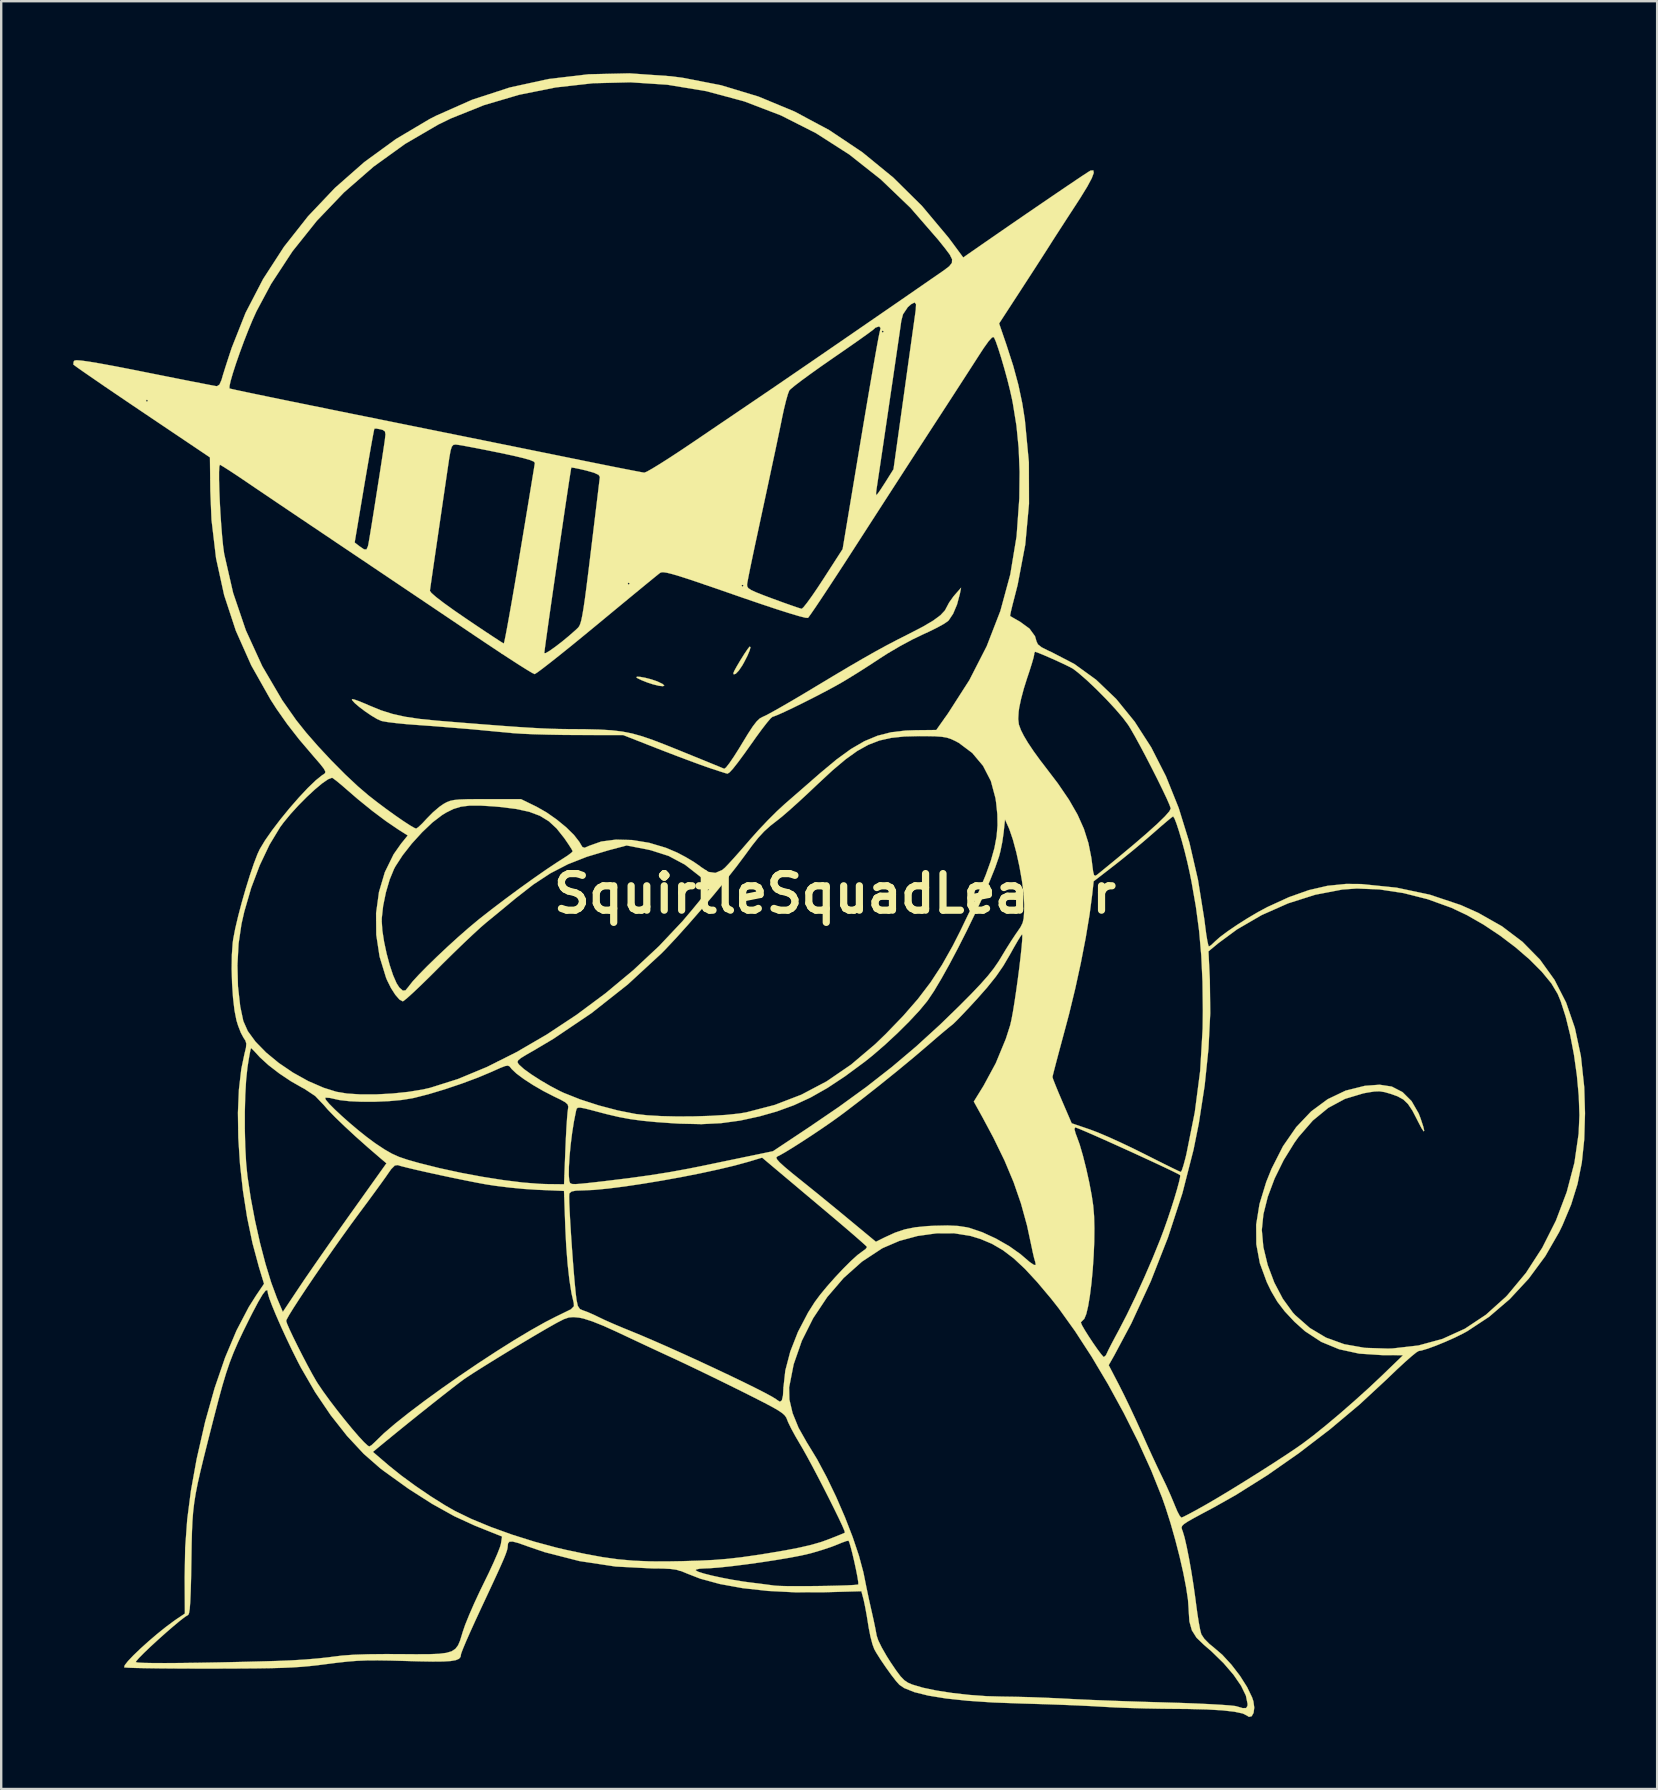
<source format=kicad_pcb>
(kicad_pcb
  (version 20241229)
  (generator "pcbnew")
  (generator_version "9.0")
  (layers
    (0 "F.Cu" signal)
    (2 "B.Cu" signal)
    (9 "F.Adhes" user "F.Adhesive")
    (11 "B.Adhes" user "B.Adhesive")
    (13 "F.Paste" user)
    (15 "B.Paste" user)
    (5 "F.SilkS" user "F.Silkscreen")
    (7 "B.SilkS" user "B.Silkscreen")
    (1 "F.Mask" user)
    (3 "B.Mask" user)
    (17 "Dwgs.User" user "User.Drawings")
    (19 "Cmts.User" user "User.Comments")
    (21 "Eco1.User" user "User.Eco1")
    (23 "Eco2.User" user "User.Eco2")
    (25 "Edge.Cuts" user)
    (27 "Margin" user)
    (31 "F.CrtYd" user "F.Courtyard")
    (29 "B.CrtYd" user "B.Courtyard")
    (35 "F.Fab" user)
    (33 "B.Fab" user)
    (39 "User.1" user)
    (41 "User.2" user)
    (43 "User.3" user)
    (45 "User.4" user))
  (footprint "SquirtleSquadLeader"
    (layer "F.Cu")
    (at 31.73 34.173)
    (property "Reference" "SquirtleSquadLeader" (at 0 0 0) (layer "F.SilkS") (effects (font (size 1.524 1.524) (thickness 0.3))))
    (attr through_hole)
    (fp_poly (pts (xy -8.112 -9.028) (xy -7.899 -8.989) (xy -7.655 -8.926) (xy -7.424 -8.848) (xy -7.387 -8.833) (xy -7.175 -8.73) (xy -7.109 -8.665) (xy -7.168 -8.64) (xy -7.333 -8.657) (xy -7.584 -8.719) (xy -7.805 -8.791) (xy -8.049 -8.887) (xy -8.225 -8.972) (xy -8.27 -9.003) (xy -8.25 -9.036) (xy -8.112 -9.028)) (stroke (width 0.01) (type solid)) (fill yes) (layer "F.SilkS"))
    (fp_poly (pts (xy -3.518 -10.267) (xy -3.553 -10.13) (xy -3.647 -9.907) (xy -3.79 -9.629) (xy -3.861 -9.504) (xy -4.006 -9.29) (xy -4.133 -9.158) (xy -4.216 -9.132) (xy -4.233 -9.182) (xy -4.191 -9.283) (xy -4.083 -9.479) (xy -3.938 -9.723) (xy -3.784 -9.969) (xy -3.649 -10.17) (xy -3.563 -10.281) (xy -3.554 -10.288) (xy -3.518 -10.267)) (stroke (width 0.01) (type solid)) (fill yes) (layer "F.SilkS"))
    (fp_poly (pts (xy 5.203 -12.488) (xy 5.084 -12.042) (xy 4.921 -11.657) (xy 4.738 -11.384) (xy 4.71 -11.356) (xy 4.553 -11.246) (xy 4.281 -11.094) (xy 3.935 -10.922) (xy 3.646 -10.789) (xy 3.208 -10.578) (xy 2.703 -10.305) (xy 2.204 -10.012) (xy 1.876 -9.802) (xy 1.445 -9.519) (xy 0.98 -9.222) (xy 0.541 -8.951) (xy 0.254 -8.78) (xy -0.075 -8.596) (xy -0.468 -8.386) (xy -0.896 -8.164) (xy -1.332 -7.944) (xy -1.745 -7.741) (xy -2.108 -7.569) (xy -2.391 -7.442) (xy -2.567 -7.374) (xy -2.602 -7.366) (xy -2.68 -7.3) (xy -2.834 -7.119) (xy -3.044 -6.848) (xy -3.29 -6.512) (xy -3.389 -6.371) (xy -3.756 -5.855) (xy -4.039 -5.47) (xy -4.247 -5.206) (xy -4.389 -5.052) (xy -4.474 -4.997) (xy -4.481 -4.997) (xy -4.578 -5.023) (xy -4.796 -5.092) (xy -5.096 -5.191) (xy -5.258 -5.245) (xy -5.588 -5.362) (xy -6.03 -5.524) (xy -6.539 -5.715) (xy -7.071 -5.919) (xy -7.404 -6.048) (xy -8.821 -6.604) (xy -10.739 -6.606) (xy -11.352 -6.611) (xy -11.963 -6.622) (xy -12.532 -6.638) (xy -13.02 -6.659) (xy -13.389 -6.683) (xy -13.462 -6.689) (xy -15.132 -6.847) (xy -16.674 -6.973) (xy -17.399 -7.025) (xy -17.859 -7.06) (xy -18.285 -7.103) (xy -18.635 -7.146) (xy -18.866 -7.187) (xy -18.897 -7.195) (xy -19.076 -7.275) (xy -19.312 -7.416) (xy -19.569 -7.59) (xy -19.812 -7.773) (xy -20.005 -7.938) (xy -20.113 -8.059) (xy -20.12 -8.102) (xy -20.03 -8.088) (xy -19.824 -8.016) (xy -19.539 -7.898) (xy -19.396 -7.835) (xy -18.914 -7.637) (xy -18.428 -7.484) (xy -17.898 -7.366) (xy -17.283 -7.275) (xy -16.541 -7.201) (xy -16.51 -7.199) (xy -15.486 -7.115) (xy -14.611 -7.046) (xy -13.87 -6.989) (xy -13.242 -6.944) (xy -12.709 -6.91) (xy -12.255 -6.885) (xy -11.859 -6.868) (xy -11.505 -6.858) (xy -11.173 -6.853) (xy -11.134 -6.853) (xy -10.401 -6.848) (xy -9.802 -6.833) (xy -9.301 -6.803) (xy -8.864 -6.751) (xy -8.454 -6.671) (xy -8.036 -6.554) (xy -7.576 -6.395) (xy -7.036 -6.187) (xy -6.519 -5.979) (xy -5.997 -5.767) (xy -5.526 -5.575) (xy -5.129 -5.413) (xy -4.829 -5.29) (xy -4.65 -5.216) (xy -4.61 -5.2) (xy -4.538 -5.254) (xy -4.399 -5.431) (xy -4.211 -5.706) (xy -3.991 -6.053) (xy -3.891 -6.219) (xy -3.625 -6.656) (xy -3.422 -6.966) (xy -3.263 -7.172) (xy -3.132 -7.297) (xy -3.009 -7.363) (xy -3 -7.366) (xy -2.857 -7.433) (xy -2.593 -7.576) (xy -2.23 -7.781) (xy -1.793 -8.034) (xy -1.304 -8.323) (xy -0.926 -8.55) (xy -0.12 -9.035) (xy 0.568 -9.444) (xy 1.161 -9.789) (xy 1.685 -10.086) (xy 2.163 -10.347) (xy 2.622 -10.587) (xy 3.084 -10.82) (xy 3.09 -10.823) (xy 3.667 -11.122) (xy 4.098 -11.377) (xy 4.397 -11.599) (xy 4.581 -11.798) (xy 4.643 -11.915) (xy 4.756 -12.126) (xy 4.93 -12.371) (xy 4.993 -12.446) (xy 5.253 -12.742) (xy 5.203 -12.488)) (stroke (width 0.01) (type solid)) (fill yes) (layer "F.SilkS"))
    (fp_poly (pts (xy -6.831 -34.046) (xy -6.35 -33.984) (xy -4.745 -33.672) (xy -3.185 -33.2) (xy -1.678 -32.574) (xy -0.234 -31.8) (xy 1.137 -30.883) (xy 2.427 -29.828) (xy 3.626 -28.642) (xy 4.725 -27.33) (xy 4.882 -27.121) (xy 5.342 -26.498) (xy 6.121 -27.039) (xy 6.74 -27.468) (xy 7.365 -27.899) (xy 7.981 -28.322) (xy 8.57 -28.725) (xy 9.117 -29.098) (xy 9.605 -29.429) (xy 10.018 -29.708) (xy 10.34 -29.923) (xy 10.555 -30.063) (xy 10.646 -30.118) (xy 10.762 -30.126) (xy 10.779 -30.021) (xy 10.696 -29.798) (xy 10.511 -29.453) (xy 10.222 -28.982) (xy 10.056 -28.725) (xy 9.767 -28.282) (xy 9.486 -27.848) (xy 9.235 -27.46) (xy 9.039 -27.155) (xy 8.963 -27.034) (xy 8.817 -26.805) (xy 8.6 -26.467) (xy 8.333 -26.052) (xy 8.036 -25.594) (xy 7.746 -25.147) (xy 6.837 -23.75) (xy 7.142 -22.861) (xy 7.425 -21.984) (xy 7.639 -21.192) (xy 7.802 -20.421) (xy 7.909 -19.741) (xy 8.077 -17.967) (xy 8.082 -16.236) (xy 7.926 -14.536) (xy 7.608 -12.859) (xy 7.484 -12.373) (xy 7.396 -12.034) (xy 7.331 -11.763) (xy 7.298 -11.597) (xy 7.297 -11.563) (xy 7.379 -11.514) (xy 7.562 -11.409) (xy 7.714 -11.322) (xy 8.103 -11.038) (xy 8.332 -10.723) (xy 8.395 -10.506) (xy 8.454 -10.382) (xy 8.608 -10.26) (xy 8.887 -10.119) (xy 8.998 -10.071) (xy 9.97 -9.566) (xy 10.876 -8.91) (xy 11.715 -8.108) (xy 12.481 -7.166) (xy 13.173 -6.092) (xy 13.786 -4.889) (xy 14.318 -3.566) (xy 14.763 -2.128) (xy 15.12 -0.58) (xy 15.385 1.07) (xy 15.418 1.333) (xy 15.465 1.693) (xy 15.513 1.98) (xy 15.554 2.159) (xy 15.577 2.201) (xy 15.668 2.146) (xy 15.814 2.009) (xy 15.832 1.991) (xy 16.04 1.806) (xy 16.36 1.568) (xy 16.755 1.299) (xy 17.187 1.025) (xy 17.619 0.77) (xy 18.01 0.56) (xy 18.912 0.147) (xy 19.736 -0.145) (xy 20.518 -0.326) (xy 21.292 -0.404) (xy 21.92 -0.399) (xy 23.394 -0.248) (xy 24.775 0.044) (xy 26.069 0.477) (xy 26.797 0.802) (xy 27.782 1.36) (xy 28.637 2.007) (xy 29.366 2.749) (xy 29.971 3.591) (xy 30.455 4.538) (xy 30.82 5.595) (xy 31.071 6.769) (xy 31.21 8.064) (xy 31.242 9.149) (xy 31.21 10.235) (xy 31.109 11.204) (xy 30.93 12.097) (xy 30.663 12.956) (xy 30.3 13.821) (xy 30.166 14.097) (xy 29.588 15.101) (xy 28.894 16.041) (xy 28.106 16.891) (xy 27.247 17.627) (xy 26.342 18.224) (xy 26.162 18.323) (xy 25.812 18.496) (xy 25.423 18.669) (xy 25.037 18.827) (xy 24.694 18.953) (xy 24.433 19.031) (xy 24.318 19.05) (xy 24.22 19.107) (xy 24.023 19.266) (xy 23.748 19.508) (xy 23.415 19.816) (xy 23.044 20.171) (xy 22.995 20.219) (xy 21.855 21.276) (xy 20.618 22.315) (xy 19.321 23.309) (xy 18.002 24.23) (xy 16.698 25.049) (xy 15.79 25.561) (xy 15.3 25.822) (xy 14.941 26.016) (xy 14.693 26.157) (xy 14.539 26.26) (xy 14.46 26.338) (xy 14.437 26.406) (xy 14.452 26.478) (xy 14.485 26.562) (xy 14.561 26.816) (xy 14.65 27.204) (xy 14.747 27.691) (xy 14.845 28.244) (xy 14.937 28.827) (xy 15.018 29.406) (xy 15.035 29.542) (xy 15.093 29.972) (xy 15.154 30.361) (xy 15.212 30.667) (xy 15.259 30.848) (xy 15.26 30.851) (xy 15.381 31.035) (xy 15.592 31.25) (xy 15.76 31.386) (xy 16.133 31.705) (xy 16.514 32.119) (xy 16.87 32.582) (xy 17.168 33.052) (xy 17.376 33.484) (xy 17.43 33.646) (xy 17.465 33.907) (xy 17.436 34.126) (xy 17.357 34.266) (xy 17.243 34.292) (xy 17.168 34.242) (xy 16.985 34.151) (xy 16.639 34.077) (xy 16.135 34.02) (xy 15.478 33.982) (xy 14.673 33.962) (xy 14.266 33.959) (xy 13.621 33.953) (xy 12.94 33.941) (xy 12.274 33.922) (xy 11.673 33.899) (xy 11.19 33.873) (xy 11.176 33.872) (xy 10.729 33.846) (xy 10.156 33.818) (xy 9.5 33.791) (xy 8.804 33.766) (xy 8.111 33.745) (xy 7.789 33.736) (xy 6.583 33.692) (xy 5.529 33.621) (xy 4.629 33.526) (xy 3.886 33.405) (xy 3.303 33.26) (xy 2.883 33.091) (xy 2.685 32.956) (xy 2.543 32.798) (xy 2.344 32.54) (xy 2.119 32.227) (xy 1.899 31.903) (xy 1.717 31.614) (xy 1.637 31.471) (xy 1.56 31.262) (xy 1.477 30.943) (xy 1.404 30.573) (xy 1.385 30.452) (xy 1.323 30.069) (xy 1.257 29.71) (xy 1.2 29.437) (xy 1.186 29.381) (xy 1.099 29.058) (xy -0.445 29.101) (xy -1.651 29.104) (xy -2.791 29.046) (xy -3.845 28.93) (xy -4.793 28.758) (xy -5.615 28.534) (xy -6.162 28.321) (xy -6.387 28.227) (xy -6.524 28.187) (xy -5.804 28.187) (xy -5.696 28.247) (xy -5.453 28.324) (xy -5.109 28.411) (xy -4.696 28.5) (xy -4.249 28.585) (xy -3.799 28.658) (xy -3.514 28.696) (xy -3.146 28.741) (xy -2.822 28.783) (xy -2.592 28.814) (xy -2.54 28.822) (xy -2.372 28.835) (xy -2.08 28.844) (xy -1.697 28.847) (xy -1.253 28.847) (xy -0.779 28.843) (xy -0.306 28.836) (xy 0.134 28.825) (xy 0.511 28.813) (xy 0.794 28.798) (xy 0.951 28.782) (xy 0.972 28.775) (xy 0.971 28.681) (xy 0.937 28.465) (xy 0.879 28.169) (xy 0.807 27.834) (xy 0.73 27.504) (xy 0.656 27.218) (xy 0.597 27.02) (xy 0.566 26.954) (xy 0.478 26.967) (xy 0.285 27.036) (xy 0.124 27.103) (xy -0.15 27.21) (xy -0.522 27.334) (xy -0.925 27.454) (xy -1.053 27.489) (xy -1.414 27.572) (xy -1.896 27.664) (xy -2.463 27.759) (xy -3.076 27.853) (xy -3.696 27.939) (xy -4.287 28.013) (xy -4.81 28.069) (xy -5.226 28.101) (xy -5.402 28.107) (xy -5.645 28.121) (xy -5.786 28.156) (xy -5.804 28.187) (xy -6.524 28.187) (xy -6.599 28.165) (xy -6.844 28.13) (xy -7.169 28.113) (xy -7.609 28.109) (xy -9.135 28.03) (xy -10.643 27.802) (xy -12.099 27.429) (xy -12.82 27.182) (xy -13.186 27.051) (xy -13.425 26.989) (xy -13.56 26.995) (xy -13.62 27.069) (xy -13.631 27.173) (xy -13.638 27.252) (xy -13.662 27.356) (xy -13.712 27.502) (xy -13.794 27.707) (xy -13.917 27.989) (xy -14.087 28.364) (xy -14.312 28.85) (xy -14.599 29.465) (xy -14.741 29.768) (xy -14.979 30.282) (xy -15.191 30.75) (xy -15.367 31.148) (xy -15.495 31.454) (xy -15.567 31.644) (xy -15.579 31.691) (xy -15.596 31.794) (xy -15.662 31.873) (xy -15.792 31.929) (xy -16.007 31.966) (xy -16.323 31.985) (xy -16.758 31.989) (xy -17.331 31.979) (xy -17.856 31.964) (xy -18.52 31.946) (xy -19.055 31.938) (xy -19.503 31.941) (xy -19.903 31.957) (xy -20.297 31.988) (xy -20.726 32.035) (xy -21.167 32.091) (xy -21.539 32.139) (xy -21.888 32.177) (xy -22.236 32.208) (xy -22.607 32.232) (xy -23.022 32.25) (xy -23.505 32.263) (xy -24.078 32.272) (xy -24.763 32.277) (xy -25.584 32.28) (xy -26.057 32.281) (xy -26.81 32.28) (xy -27.51 32.277) (xy -28.14 32.272) (xy -28.68 32.264) (xy -29.113 32.255) (xy -29.42 32.245) (xy -29.585 32.233) (xy -29.608 32.227) (xy -29.584 32.139) (xy -29.482 32.01) (xy -29.125 32.01) (xy -29.043 32.029) (xy -28.803 32.043) (xy -28.419 32.05) (xy -27.902 32.052) (xy -27.264 32.048) (xy -26.518 32.038) (xy -25.677 32.023) (xy -24.751 32.003) (xy -23.754 31.977) (xy -23.199 31.961) (xy -22.645 31.938) (xy -22.073 31.903) (xy -21.536 31.858) (xy -21.092 31.81) (xy -20.955 31.791) (xy -20.534 31.739) (xy -20.036 31.703) (xy -19.437 31.683) (xy -18.712 31.676) (xy -18.161 31.678) (xy -17.465 31.683) (xy -16.918 31.681) (xy -16.5 31.665) (xy -16.189 31.626) (xy -15.966 31.56) (xy -15.81 31.457) (xy -15.7 31.312) (xy -15.617 31.117) (xy -15.539 30.865) (xy -15.509 30.763) (xy -15.405 30.46) (xy -15.239 30.049) (xy -15.031 29.572) (xy -14.798 29.07) (xy -14.639 28.744) (xy -14.415 28.284) (xy -14.217 27.855) (xy -14.058 27.489) (xy -13.952 27.216) (xy -13.915 27.085) (xy -13.867 26.78) (xy -14.998 26.327) (xy -15.854 25.934) (xy -16.785 25.416) (xy -17.767 24.788) (xy -18.778 24.061) (xy -18.947 23.933) (xy -19.634 23.331) (xy -19.704 23.255) (xy -19.246 23.255) (xy -18.577 23.828) (xy -18.069 24.236) (xy -17.471 24.674) (xy -16.84 25.103) (xy -16.234 25.484) (xy -15.833 25.713) (xy -15.145 26.047) (xy -14.333 26.383) (xy -13.44 26.705) (xy -12.51 26.997) (xy -11.587 27.246) (xy -11.218 27.332) (xy -10.393 27.507) (xy -9.681 27.638) (xy -9.031 27.729) (xy -8.394 27.786) (xy -7.722 27.814) (xy -6.964 27.816) (xy -6.378 27.806) (xy -5.657 27.785) (xy -5.045 27.755) (xy -4.484 27.71) (xy -3.913 27.645) (xy -3.274 27.554) (xy -2.822 27.483) (xy -2.077 27.357) (xy -1.473 27.24) (xy -0.983 27.126) (xy -0.578 27.009) (xy -0.339 26.923) (xy -0.018 26.799) (xy 0.237 26.696) (xy 0.389 26.631) (xy 0.415 26.618) (xy 0.392 26.534) (xy 0.303 26.325) (xy 0.158 26.016) (xy -0.03 25.631) (xy -0.248 25.194) (xy -0.483 24.731) (xy -0.724 24.265) (xy -0.958 23.822) (xy -1.173 23.425) (xy -1.356 23.099) (xy -1.447 22.945) (xy -1.649 22.6) (xy -1.826 22.275) (xy -1.951 22.018) (xy -1.986 21.929) (xy -2.027 21.829) (xy -2.09 21.737) (xy -2.194 21.641) (xy -2.359 21.529) (xy -2.603 21.388) (xy -2.947 21.206) (xy -3.41 20.97) (xy -3.816 20.766) (xy -4.411 20.471) (xy -5.045 20.16) (xy -5.673 19.856) (xy -6.248 19.581) (xy -6.723 19.358) (xy -6.766 19.339) (xy -7.309 19.088) (xy -7.914 18.806) (xy -8.513 18.525) (xy -9.037 18.278) (xy -9.097 18.25) (xy -9.639 18.005) (xy -10.11 17.817) (xy -10.482 17.698) (xy -10.651 17.663) (xy -10.893 17.64) (xy -11.086 17.656) (xy -11.289 17.725) (xy -11.561 17.864) (xy -11.665 17.921) (xy -12.059 18.145) (xy -12.532 18.422) (xy -13.055 18.733) (xy -13.597 19.059) (xy -14.128 19.384) (xy -14.617 19.687) (xy -15.034 19.95) (xy -15.349 20.156) (xy -15.452 20.226) (xy -15.653 20.375) (xy -15.961 20.612) (xy -16.352 20.918) (xy -16.804 21.275) (xy -17.291 21.663) (xy -17.79 22.064) (xy -18.277 22.459) (xy -18.729 22.828) (xy -19.034 23.079) (xy -19.246 23.255) (xy -19.704 23.255) (xy -20.327 22.586) (xy -21.006 21.724) (xy -21.652 20.768) (xy -22.245 19.744) (xy -22.372 19.501) (xy -22.614 19.017) (xy -22.854 18.514) (xy -23.081 18.019) (xy -23.178 17.797) (xy -22.86 17.797) (xy -22.822 17.916) (xy -22.719 18.153) (xy -22.567 18.476) (xy -22.38 18.854) (xy -22.176 19.256) (xy -21.97 19.65) (xy -21.778 20.005) (xy -21.615 20.291) (xy -21.544 20.405) (xy -21.317 20.74) (xy -21.042 21.118) (xy -20.738 21.517) (xy -20.425 21.912) (xy -20.122 22.281) (xy -19.847 22.6) (xy -19.62 22.846) (xy -19.459 22.995) (xy -19.396 23.029) (xy -19.302 22.973) (xy -19.153 22.835) (xy -19.128 22.809) (xy -18.789 22.48) (xy -18.324 22.081) (xy -17.755 21.628) (xy -17.104 21.136) (xy -16.393 20.62) (xy -15.643 20.094) (xy -14.877 19.574) (xy -14.114 19.075) (xy -13.378 18.611) (xy -12.689 18.198) (xy -12.07 17.85) (xy -11.638 17.628) (xy -11.357 17.491) (xy -11.116 17.373) (xy -10.997 17.314) (xy -10.873 17.187) (xy -10.879 17.06) (xy -10.975 16.646) (xy -11.062 16.092) (xy -11.136 15.428) (xy -11.194 14.685) (xy -11.232 13.918) (xy -11.278 12.618) (xy -11.073 12.618) (xy -11.068 12.876) (xy -11.051 13.246) (xy -11.026 13.701) (xy -10.994 14.214) (xy -10.957 14.757) (xy -10.917 15.301) (xy -10.876 15.819) (xy -10.835 16.283) (xy -10.797 16.666) (xy -10.765 16.927) (xy -10.711 17.175) (xy -10.622 17.305) (xy -10.499 17.359) (xy -10.305 17.429) (xy -10.034 17.548) (xy -9.849 17.638) (xy -9.579 17.767) (xy -9.209 17.93) (xy -8.798 18.103) (xy -8.561 18.199) (xy -8.092 18.392) (xy -7.548 18.625) (xy -6.948 18.888) (xy -6.315 19.173) (xy -5.667 19.469) (xy -5.025 19.768) (xy -4.409 20.059) (xy -3.841 20.332) (xy -3.34 20.579) (xy -2.926 20.79) (xy -2.621 20.955) (xy -2.443 21.065) (xy -2.417 21.087) (xy -2.294 21.166) (xy -2.212 21.107) (xy -2.165 20.9) (xy -2.148 20.595) (xy -2.146 20.574) (xy -1.911 20.574) (xy -1.899 21.072) (xy -1.765 21.641) (xy -1.518 22.249) (xy -1.171 22.864) (xy -1.146 22.902) (xy -0.746 23.559) (xy -0.342 24.315) (xy 0.051 25.132) (xy 0.415 25.973) (xy 0.736 26.8) (xy 0.997 27.575) (xy 1.181 28.261) (xy 1.22 28.448) (xy 1.311 28.904) (xy 1.419 29.416) (xy 1.522 29.875) (xy 1.525 29.887) (xy 1.608 30.257) (xy 1.68 30.6) (xy 1.728 30.857) (xy 1.736 30.904) (xy 1.802 31.103) (xy 1.947 31.4) (xy 2.15 31.754) (xy 2.307 32.003) (xy 2.55 32.362) (xy 2.734 32.607) (xy 2.889 32.766) (xy 3.043 32.87) (xy 3.22 32.946) (xy 3.662 33.077) (xy 4.233 33.196) (xy 4.891 33.298) (xy 5.597 33.377) (xy 6.31 33.429) (xy 6.952 33.447) (xy 7.49 33.455) (xy 8.128 33.471) (xy 8.796 33.496) (xy 9.426 33.525) (xy 9.61 33.535) (xy 10.073 33.559) (xy 10.668 33.586) (xy 11.359 33.613) (xy 12.108 33.641) (xy 12.878 33.666) (xy 13.632 33.688) (xy 13.758 33.692) (xy 14.431 33.712) (xy 15.058 33.736) (xy 15.618 33.762) (xy 16.089 33.789) (xy 16.446 33.815) (xy 16.668 33.839) (xy 16.722 33.851) (xy 16.984 33.927) (xy 17.126 33.924) (xy 17.182 33.835) (xy 17.187 33.753) (xy 17.117 33.408) (xy 16.917 32.996) (xy 16.601 32.537) (xy 16.185 32.052) (xy 15.683 31.562) (xy 15.368 31.29) (xy 15.06 30.994) (xy 14.866 30.686) (xy 14.763 30.316) (xy 14.732 29.835) (xy 14.732 29.807) (xy 14.705 29.417) (xy 14.627 28.901) (xy 14.509 28.291) (xy 14.356 27.62) (xy 14.176 26.921) (xy 13.979 26.226) (xy 13.77 25.569) (xy 13.624 25.152) (xy 13.171 24.022) (xy 12.633 22.837) (xy 12.028 21.631) (xy 11.375 20.437) (xy 10.902 19.642) (xy 11.402 19.642) (xy 11.832 20.468) (xy 12.033 20.867) (xy 12.272 21.362) (xy 12.521 21.893) (xy 12.751 22.4) (xy 12.775 22.454) (xy 12.989 22.933) (xy 13.212 23.421) (xy 13.42 23.867) (xy 13.589 24.22) (xy 13.616 24.275) (xy 13.802 24.662) (xy 13.986 25.074) (xy 14.134 25.428) (xy 14.148 25.463) (xy 14.261 25.731) (xy 14.362 25.921) (xy 14.428 25.993) (xy 14.527 25.953) (xy 14.742 25.843) (xy 15.045 25.68) (xy 15.404 25.479) (xy 15.487 25.432) (xy 15.957 25.157) (xy 16.504 24.827) (xy 17.095 24.462) (xy 17.697 24.085) (xy 18.276 23.715) (xy 18.799 23.374) (xy 19.233 23.082) (xy 19.473 22.914) (xy 19.924 22.573) (xy 20.459 22.142) (xy 21.044 21.65) (xy 21.644 21.126) (xy 22.225 20.602) (xy 22.733 20.125) (xy 23.664 19.227) (xy 22.781 19.223) (xy 21.837 19.161) (xy 21.001 18.979) (xy 20.255 18.671) (xy 19.58 18.228) (xy 19.138 17.832) (xy 18.736 17.402) (xy 18.428 17) (xy 18.169 16.559) (xy 17.986 16.18) (xy 17.698 15.394) (xy 17.551 14.603) (xy 17.545 13.788) (xy 17.683 12.931) (xy 17.963 12.014) (xy 18.186 11.46) (xy 18.661 10.524) (xy 19.213 9.726) (xy 19.836 9.071) (xy 20.524 8.563) (xy 21.271 8.206) (xy 22.072 8.006) (xy 22.685 7.96) (xy 23.194 8.037) (xy 23.642 8.268) (xy 24.018 8.643) (xy 24.312 9.154) (xy 24.392 9.359) (xy 24.502 9.694) (xy 24.545 9.875) (xy 24.521 9.902) (xy 24.434 9.773) (xy 24.284 9.487) (xy 24.261 9.44) (xy 24.054 9.04) (xy 23.869 8.763) (xy 23.674 8.575) (xy 23.432 8.442) (xy 23.156 8.343) (xy 22.896 8.268) (xy 22.688 8.235) (xy 22.469 8.242) (xy 22.175 8.288) (xy 22.004 8.321) (xy 21.244 8.549) (xy 20.547 8.924) (xy 19.904 9.452) (xy 19.309 10.137) (xy 19.142 10.369) (xy 18.689 11.102) (xy 18.313 11.866) (xy 18.028 12.628) (xy 17.846 13.352) (xy 17.78 14.004) (xy 17.78 14.018) (xy 17.844 14.724) (xy 18.024 15.468) (xy 18.3 16.202) (xy 18.655 16.877) (xy 19.068 17.446) (xy 19.168 17.555) (xy 19.779 18.092) (xy 20.457 18.496) (xy 21.217 18.77) (xy 22.072 18.921) (xy 23.036 18.952) (xy 23.223 18.946) (xy 24.302 18.822) (xy 25.304 18.549) (xy 26.239 18.124) (xy 27.114 17.543) (xy 27.936 16.803) (xy 28.01 16.726) (xy 28.784 15.797) (xy 29.461 14.752) (xy 30.031 13.62) (xy 30.481 12.43) (xy 30.801 11.212) (xy 30.977 9.995) (xy 31.01 9.229) (xy 30.982 8.426) (xy 30.904 7.577) (xy 30.784 6.72) (xy 30.626 5.894) (xy 30.44 5.137) (xy 30.232 4.488) (xy 30.105 4.18) (xy 29.841 3.738) (xy 29.443 3.254) (xy 28.938 2.747) (xy 28.349 2.238) (xy 27.701 1.747) (xy 27.019 1.293) (xy 26.326 0.896) (xy 25.674 0.588) (xy 24.686 0.232) (xy 23.675 -0.024) (xy 22.678 -0.175) (xy 21.735 -0.213) (xy 21.132 -0.17) (xy 20.007 0.046) (xy 18.874 0.406) (xy 17.773 0.894) (xy 16.746 1.491) (xy 15.97 2.063) (xy 15.558 2.404) (xy 15.615 3.594) (xy 15.632 4.977) (xy 15.558 6.46) (xy 15.398 8.004) (xy 15.156 9.569) (xy 14.935 10.668) (xy 14.471 12.481) (xy 13.871 14.323) (xy 13.155 16.148) (xy 12.34 17.91) (xy 11.63 19.24) (xy 11.402 19.642) (xy 10.902 19.642) (xy 10.693 19.291) (xy 10.001 18.225) (xy 9.319 17.273) (xy 9.001 16.868) (xy 8.427 16.186) (xy 7.917 15.634) (xy 7.447 15.195) (xy 6.995 14.852) (xy 6.542 14.588) (xy 6.063 14.386) (xy 5.641 14.257) (xy 4.966 14.149) (xy 4.216 14.152) (xy 3.44 14.26) (xy 2.684 14.465) (xy 1.997 14.76) (xy 1.954 14.783) (xy 1.126 15.328) (xy 0.361 16.01) (xy -0.323 16.805) (xy -0.909 17.686) (xy -1.381 18.628) (xy -1.721 19.606) (xy -1.911 20.574) (xy -2.146 20.574) (xy -2.068 19.864) (xy -1.861 19.073) (xy -1.541 18.256) (xy -1.12 17.45) (xy -0.842 17.011) (xy -0.617 16.709) (xy -0.325 16.355) (xy 0.006 15.982) (xy 0.347 15.619) (xy 0.667 15.3) (xy 0.939 15.054) (xy 1.118 14.92) (xy 1.274 14.807) (xy 1.335 14.722) (xy 1.334 14.717) (xy 1.266 14.647) (xy 1.085 14.485) (xy 0.81 14.244) (xy 0.458 13.941) (xy 0.046 13.59) (xy -0.328 13.275) (xy -0.811 12.868) (xy -1.284 12.471) (xy -1.719 12.104) (xy -2.093 11.79) (xy -2.378 11.55) (xy -2.501 11.447) (xy -3.034 10.997) (xy -3.612 11.171) (xy -4.179 11.326) (xy -4.853 11.487) (xy -5.603 11.649) (xy -6.4 11.807) (xy -7.213 11.954) (xy -8.012 12.086) (xy -8.768 12.199) (xy -9.449 12.285) (xy -10.027 12.341) (xy -10.471 12.361) (xy -10.475 12.361) (xy -10.787 12.371) (xy -10.968 12.407) (xy -11.055 12.478) (xy -11.066 12.502) (xy -11.073 12.618) (xy -11.278 12.618) (xy -11.287 12.384) (xy -12.395 12.337) (xy -12.944 12.302) (xy -13.556 12.243) (xy -14.147 12.17) (xy -14.526 12.112) (xy -14.927 12.038) (xy -15.402 11.944) (xy -15.92 11.838) (xy -16.451 11.725) (xy -16.964 11.613) (xy -17.429 11.508) (xy -17.814 11.416) (xy -18.089 11.346) (xy -18.211 11.307) (xy -18.334 11.325) (xy -18.487 11.478) (xy -18.585 11.617) (xy -18.712 11.801) (xy -18.92 12.091) (xy -19.188 12.459) (xy -19.494 12.876) (xy -19.804 13.293) (xy -20.154 13.768) (xy -20.527 14.287) (xy -20.912 14.83) (xy -21.294 15.378) (xy -21.662 15.913) (xy -22.003 16.417) (xy -22.304 16.87) (xy -22.552 17.254) (xy -22.735 17.55) (xy -22.84 17.74) (xy -22.86 17.797) (xy -23.178 17.797) (xy -23.283 17.558) (xy -23.448 17.159) (xy -23.564 16.85) (xy -23.619 16.657) (xy -23.622 16.627) (xy -23.645 16.515) (xy -23.717 16.537) (xy -23.842 16.698) (xy -24.023 17.003) (xy -24.263 17.457) (xy -24.385 17.697) (xy -24.65 18.233) (xy -24.869 18.697) (xy -25.053 19.121) (xy -25.214 19.538) (xy -25.364 19.982) (xy -25.515 20.485) (xy -25.678 21.08) (xy -25.865 21.8) (xy -25.909 21.971) (xy -26.121 22.803) (xy -26.295 23.497) (xy -26.435 24.076) (xy -26.546 24.567) (xy -26.63 24.995) (xy -26.692 25.385) (xy -26.736 25.761) (xy -26.765 26.15) (xy -26.784 26.576) (xy -26.797 27.065) (xy -26.806 27.642) (xy -26.809 27.813) (xy -26.821 28.527) (xy -26.837 29.085) (xy -26.855 29.502) (xy -26.877 29.792) (xy -26.905 29.967) (xy -26.938 30.043) (xy -26.946 30.048) (xy -27.07 30.123) (xy -27.283 30.287) (xy -27.559 30.517) (xy -27.873 30.789) (xy -28.2 31.081) (xy -28.512 31.368) (xy -28.785 31.629) (xy -28.993 31.84) (xy -29.109 31.976) (xy -29.125 32.01) (xy -29.482 32.01) (xy -29.448 31.967) (xy -29.224 31.731) (xy -28.932 31.451) (xy -28.596 31.148) (xy -28.236 30.84) (xy -27.875 30.55) (xy -27.535 30.297) (xy -27.404 30.206) (xy -27.079 29.989) (xy -27.088 28.478) (xy -27.066 27.245) (xy -26.981 26.064) (xy -26.827 24.87) (xy -26.597 23.596) (xy -26.584 23.53) (xy -26.235 22.001) (xy -25.84 20.596) (xy -25.404 19.326) (xy -24.929 18.199) (xy -24.419 17.224) (xy -24.114 16.741) (xy -23.782 16.252) (xy -23.994 15.555) (xy -24.264 14.552) (xy -24.487 13.483) (xy -24.66 12.378) (xy -24.783 11.265) (xy -24.854 10.172) (xy -24.869 9.128) (xy -24.868 9.096) (xy -24.582 9.096) (xy -24.582 9.831) (xy -24.564 10.551) (xy -24.528 11.211) (xy -24.474 11.765) (xy -24.473 11.769) (xy -24.335 12.685) (xy -24.157 13.625) (xy -23.95 14.549) (xy -23.722 15.42) (xy -23.483 16.201) (xy -23.242 16.853) (xy -23.22 16.904) (xy -22.999 17.424) (xy -22.314 16.396) (xy -22.081 16.049) (xy -21.769 15.596) (xy -21.4 15.064) (xy -20.995 14.485) (xy -20.574 13.889) (xy -20.16 13.305) (xy -20.156 13.3) (xy -18.683 11.234) (xy -18.93 11.025) (xy -19.459 10.569) (xy -19.966 10.118) (xy -20.426 9.692) (xy -20.819 9.313) (xy -21.122 9.001) (xy -21.294 8.803) (xy -21.576 8.508) (xy -21.236 8.508) (xy -21.207 8.59) (xy -21.067 8.756) (xy -20.839 8.986) (xy -20.547 9.259) (xy -20.213 9.555) (xy -19.86 9.853) (xy -19.511 10.132) (xy -19.188 10.372) (xy -19.112 10.425) (xy -18.758 10.659) (xy -18.458 10.831) (xy -18.159 10.966) (xy -17.804 11.086) (xy -17.34 11.218) (xy -17.326 11.222) (xy -16.475 11.435) (xy -15.58 11.629) (xy -14.678 11.797) (xy -13.807 11.934) (xy -13.004 12.034) (xy -12.306 12.089) (xy -12.014 12.099) (xy -11.285 12.107) (xy -11.271 11.73) (xy -11.087 11.73) (xy -11.067 11.966) (xy -11.035 12.051) (xy -10.993 12.081) (xy -10.924 12.098) (xy -10.801 12.1) (xy -10.598 12.086) (xy -10.29 12.055) (xy -9.851 12.006) (xy -9.61 11.978) (xy -8.602 11.855) (xy -7.715 11.732) (xy -6.899 11.603) (xy -6.107 11.458) (xy -5.546 11.346) (xy -5.017 11.236) (xy -4.45 11.118) (xy -3.914 11.007) (xy -3.815 10.986) (xy -2.444 10.986) (xy -2.417 11.065) (xy -2.304 11.195) (xy -2.09 11.389) (xy -1.763 11.662) (xy -1.447 11.916) (xy -1.094 12.2) (xy -0.655 12.555) (xy -0.176 12.947) (xy 0.299 13.337) (xy 0.535 13.533) (xy 1.705 14.502) (xy 2.065 14.322) (xy 2.505 14.121) (xy 2.912 13.985) (xy 3.346 13.898) (xy 3.863 13.848) (xy 4.133 13.835) (xy 4.69 13.823) (xy 5.128 13.843) (xy 5.492 13.899) (xy 5.603 13.925) (xy 6.131 14.103) (xy 6.704 14.368) (xy 7.259 14.685) (xy 7.729 15.019) (xy 7.833 15.108) (xy 8.116 15.35) (xy 8.292 15.468) (xy 8.365 15.466) (xy 8.343 15.346) (xy 8.343 15.346) (xy 8.293 15.174) (xy 8.233 14.917) (xy 8.211 14.807) (xy 8 13.823) (xy 7.748 12.908) (xy 7.441 12.02) (xy 7.064 11.121) (xy 6.601 10.169) (xy 6.407 9.806) (xy 9.974 9.806) (xy 10.026 9.999) (xy 10.065 10.097) (xy 10.192 10.447) (xy 10.329 10.918) (xy 10.466 11.462) (xy 10.592 12.031) (xy 10.695 12.578) (xy 10.757 12.996) (xy 10.793 13.43) (xy 10.806 13.94) (xy 10.8 14.5) (xy 10.775 15.087) (xy 10.736 15.673) (xy 10.683 16.234) (xy 10.619 16.744) (xy 10.547 17.177) (xy 10.469 17.509) (xy 10.386 17.713) (xy 10.332 17.765) (xy 10.247 17.852) (xy 10.245 17.872) (xy 10.289 17.979) (xy 10.405 18.18) (xy 10.567 18.438) (xy 10.751 18.716) (xy 10.932 18.976) (xy 11.084 19.18) (xy 11.182 19.292) (xy 11.2 19.302) (xy 11.281 19.236) (xy 11.321 19.156) (xy 11.382 19.024) (xy 11.506 18.781) (xy 11.674 18.463) (xy 11.831 18.171) (xy 12.161 17.533) (xy 12.521 16.787) (xy 12.886 15.984) (xy 13.235 15.177) (xy 13.543 14.417) (xy 13.696 14.012) (xy 13.85 13.577) (xy 14 13.128) (xy 14.137 12.696) (xy 14.251 12.309) (xy 14.335 11.999) (xy 14.379 11.795) (xy 14.379 11.727) (xy 14.28 11.67) (xy 14.051 11.556) (xy 13.718 11.397) (xy 13.305 11.203) (xy 12.835 10.986) (xy 12.335 10.756) (xy 11.827 10.526) (xy 11.337 10.305) (xy 10.889 10.106) (xy 10.508 9.939) (xy 10.218 9.816) (xy 10.043 9.747) (xy 10.005 9.737) (xy 9.974 9.806) (xy 6.407 9.806) (xy 6.148 9.322) (xy 5.783 8.662) (xy 6.191 8.001) (xy 6.385 7.642) (xy 9.059 7.642) (xy 9.091 7.741) (xy 9.178 7.963) (xy 9.305 8.274) (xy 9.46 8.637) (xy 9.86 9.566) (xy 10.624 9.826) (xy 10.951 9.95) (xy 11.387 10.135) (xy 11.89 10.363) (xy 12.42 10.615) (xy 12.869 10.838) (xy 13.328 11.069) (xy 13.735 11.273) (xy 14.065 11.436) (xy 14.296 11.547) (xy 14.404 11.594) (xy 14.407 11.595) (xy 14.45 11.52) (xy 14.517 11.317) (xy 14.597 11.022) (xy 14.637 10.858) (xy 14.988 9.106) (xy 15.212 7.383) (xy 15.315 5.622) (xy 15.324 4.871) (xy 15.309 3.668) (xy 15.258 2.58) (xy 15.169 1.559) (xy 15.035 0.552) (xy 14.852 -0.491) (xy 14.772 -0.889) (xy 14.677 -1.315) (xy 14.567 -1.761) (xy 14.449 -2.196) (xy 14.333 -2.589) (xy 14.228 -2.911) (xy 14.143 -3.13) (xy 14.087 -3.217) (xy 14.085 -3.217) (xy 14.009 -3.164) (xy 13.834 -3.02) (xy 13.583 -2.806) (xy 13.284 -2.544) (xy 13.266 -2.528) (xy 12.862 -2.178) (xy 12.39 -1.784) (xy 11.919 -1.402) (xy 11.632 -1.176) (xy 10.775 -0.512) (xy 10.717 0.019) (xy 10.605 0.872) (xy 10.444 1.841) (xy 10.242 2.883) (xy 10.009 3.953) (xy 9.753 5.009) (xy 9.611 5.544) (xy 9.46 6.106) (xy 9.324 6.612) (xy 9.21 7.042) (xy 9.124 7.373) (xy 9.072 7.58) (xy 9.059 7.642) (xy 6.385 7.642) (xy 6.698 7.063) (xy 7.117 6.049) (xy 7.301 5.473) (xy 7.352 5.248) (xy 7.414 4.915) (xy 7.481 4.501) (xy 7.55 4.036) (xy 7.618 3.546) (xy 7.681 3.062) (xy 7.734 2.61) (xy 7.775 2.22) (xy 7.8 1.92) (xy 7.805 1.738) (xy 7.793 1.696) (xy 7.737 1.766) (xy 7.618 1.957) (xy 7.456 2.237) (xy 7.281 2.551) (xy 7.008 3.015) (xy 6.703 3.456) (xy 6.331 3.919) (xy 5.915 4.39) (xy 5.597 4.734) (xy 5.312 5.037) (xy 5.081 5.276) (xy 4.929 5.425) (xy 4.886 5.461) (xy 4.777 5.547) (xy 4.568 5.72) (xy 4.289 5.956) (xy 3.969 6.232) (xy 3.925 6.271) (xy 3.29 6.812) (xy 2.576 7.402) (xy 1.83 8.003) (xy 1.097 8.58) (xy 0.424 9.095) (xy 0.169 9.284) (xy -0.166 9.524) (xy -0.556 9.793) (xy -0.971 10.071) (xy -1.383 10.34) (xy -1.762 10.581) (xy -2.08 10.775) (xy -2.308 10.904) (xy -2.396 10.945) (xy -2.444 10.986) (xy -3.815 10.986) (xy -3.475 10.916) (xy -3.471 10.915) (xy -2.582 10.73) (xy -1.102 9.746) (xy 0.167 8.881) (xy 1.313 8.049) (xy 2.373 7.22) (xy 3.38 6.368) (xy 4.372 5.463) (xy 5.175 4.683) (xy 5.674 4.181) (xy 6.066 3.768) (xy 6.373 3.421) (xy 6.614 3.116) (xy 6.811 2.83) (xy 6.904 2.679) (xy 7.122 2.317) (xy 7.349 1.958) (xy 7.544 1.664) (xy 7.594 1.594) (xy 7.731 1.393) (xy 7.816 1.221) (xy 7.861 1.028) (xy 7.879 0.761) (xy 7.883 0.451) (xy 7.859 0.009) (xy 7.789 -0.533) (xy 7.685 -1.123) (xy 7.556 -1.712) (xy 7.412 -2.248) (xy 7.265 -2.679) (xy 7.225 -2.772) (xy 7.082 -3.09) (xy 7.025 -2.54) (xy 6.971 -2.161) (xy 6.892 -1.769) (xy 6.834 -1.549) (xy 6.674 -1.088) (xy 6.445 -0.519) (xy 6.162 0.13) (xy 5.838 0.828) (xy 5.489 1.548) (xy 5.129 2.259) (xy 4.772 2.934) (xy 4.433 3.542) (xy 4.127 4.056) (xy 3.866 4.445) (xy 3.835 4.487) (xy 3.512 4.877) (xy 3.088 5.331) (xy 2.6 5.816) (xy 2.082 6.297) (xy 1.572 6.738) (xy 1.243 7.001) (xy 0.425 7.605) (xy -0.317 8.096) (xy -1.017 8.493) (xy -1.709 8.813) (xy -2.425 9.074) (xy -3.144 9.278) (xy -3.954 9.454) (xy -4.741 9.561) (xy -5.559 9.602) (xy -6.465 9.582) (xy -6.773 9.564) (xy -7.472 9.514) (xy -8.046 9.458) (xy -8.543 9.39) (xy -9.008 9.303) (xy -9.486 9.191) (xy -9.698 9.136) (xy -10.128 9.022) (xy -10.42 8.948) (xy -10.605 8.914) (xy -10.707 8.916) (xy -10.757 8.955) (xy -10.78 9.027) (xy -10.79 9.071) (xy -10.876 9.505) (xy -10.951 9.984) (xy -11.012 10.478) (xy -11.057 10.955) (xy -11.083 11.383) (xy -11.087 11.73) (xy -11.271 11.73) (xy -11.23 10.689) (xy -11.209 10.196) (xy -11.185 9.744) (xy -11.16 9.369) (xy -11.138 9.105) (xy -11.125 9.009) (xy -11.108 8.877) (xy -11.135 8.78) (xy -11.235 8.69) (xy -11.434 8.579) (xy -11.714 8.444) (xy -12.15 8.22) (xy -12.578 7.972) (xy -12.964 7.721) (xy -13.272 7.491) (xy -13.468 7.305) (xy -13.488 7.279) (xy -13.552 7.198) (xy -13.625 7.164) (xy -13.743 7.183) (xy -13.941 7.26) (xy -14.256 7.401) (xy -14.276 7.411) (xy -14.861 7.657) (xy -15.538 7.91) (xy -16.247 8.149) (xy -16.931 8.355) (xy -17.531 8.508) (xy -17.611 8.525) (xy -18.052 8.596) (xy -18.579 8.644) (xy -19.146 8.668) (xy -19.707 8.67) (xy -20.217 8.647) (xy -20.633 8.6) (xy -20.815 8.56) (xy -21.047 8.508) (xy -21.205 8.498) (xy -21.236 8.508) (xy -21.576 8.508) (xy -21.65 8.43) (xy -22.098 8.132) (xy -22.183 8.088) (xy -22.66 7.816) (xy -23.149 7.489) (xy -23.598 7.143) (xy -23.956 6.816) (xy -24.035 6.729) (xy -24.195 6.555) (xy -24.302 6.449) (xy -24.324 6.435) (xy -24.348 6.513) (xy -24.389 6.722) (xy -24.44 7.028) (xy -24.475 7.26) (xy -24.528 7.765) (xy -24.564 8.392) (xy -24.582 9.096) (xy -24.868 9.096) (xy -24.828 8.161) (xy -24.728 7.3) (xy -24.6 6.689) (xy -24.534 6.416) (xy -24.52 6.245) (xy -24.562 6.114) (xy -24.637 6.001) (xy -24.747 5.796) (xy -24.862 5.501) (xy -24.93 5.281) (xy -25.011 4.87) (xy -25.073 4.341) (xy -25.113 3.744) (xy -25.131 3.13) (xy -25.128 2.969) (xy -24.89 2.969) (xy -24.868 3.859) (xy -24.774 4.697) (xy -24.645 5.307) (xy -24.459 5.727) (xy -24.135 6.17) (xy -23.696 6.619) (xy -23.168 7.054) (xy -22.575 7.456) (xy -21.943 7.808) (xy -21.297 8.088) (xy -20.767 8.254) (xy -20.321 8.328) (xy -19.755 8.364) (xy -19.112 8.363) (xy -18.437 8.327) (xy -17.774 8.258) (xy -17.167 8.159) (xy -16.86 8.088) (xy -15.705 7.723) (xy -14.497 7.221) (xy -14.084 7.014) (xy -13.226 7.014) (xy -13.191 7.084) (xy -13.149 7.134) (xy -12.954 7.309) (xy -12.646 7.531) (xy -12.268 7.774) (xy -11.86 8.013) (xy -11.463 8.222) (xy -11.298 8.3) (xy -10.616 8.571) (xy -9.838 8.823) (xy -9.04 9.033) (xy -8.297 9.18) (xy -7.817 9.234) (xy -7.221 9.268) (xy -6.552 9.283) (xy -5.851 9.278) (xy -5.163 9.256) (xy -4.529 9.217) (xy -3.992 9.16) (xy -3.7 9.112) (xy -2.512 8.803) (xy -1.401 8.376) (xy -0.346 7.819) (xy 0.672 7.122) (xy 1.674 6.272) (xy 2.117 5.845) (xy 2.842 5.093) (xy 3.454 4.39) (xy 3.982 3.697) (xy 4.456 2.973) (xy 4.905 2.176) (xy 5.211 1.574) (xy 5.646 0.67) (xy 6.001 -0.108) (xy 6.282 -0.782) (xy 6.494 -1.372) (xy 6.642 -1.899) (xy 6.733 -2.383) (xy 6.771 -2.846) (xy 6.763 -3.308) (xy 6.713 -3.789) (xy 6.685 -3.979) (xy 6.494 -4.69) (xy 6.167 -5.324) (xy 5.718 -5.859) (xy 5.161 -6.277) (xy 5.019 -6.354) (xy 4.835 -6.44) (xy 4.657 -6.498) (xy 4.445 -6.534) (xy 4.162 -6.553) (xy 3.768 -6.56) (xy 3.514 -6.561) (xy 2.887 -6.545) (xy 2.343 -6.488) (xy 1.853 -6.378) (xy 1.391 -6.2) (xy 0.93 -5.944) (xy 0.445 -5.596) (xy -0.093 -5.143) (xy -0.708 -4.573) (xy -0.764 -4.52) (xy -1.164 -4.142) (xy -1.557 -3.78) (xy -1.914 -3.46) (xy -2.205 -3.209) (xy -2.38 -3.069) (xy -2.69 -2.827) (xy -2.95 -2.593) (xy -3.193 -2.33) (xy -3.458 -1.997) (xy -3.756 -1.589) (xy -4.106 -1.121) (xy -4.545 -0.565) (xy -5.045 0.043) (xy -5.576 0.671) (xy -6.11 1.284) (xy -6.618 1.849) (xy -7.071 2.331) (xy -7.237 2.499) (xy -8.633 3.786) (xy -10.144 4.979) (xy -11.732 6.05) (xy -12.514 6.514) (xy -12.861 6.713) (xy -13.081 6.848) (xy -13.196 6.942) (xy -13.226 7.014) (xy -14.084 7.014) (xy -13.255 6.597) (xy -12.003 5.868) (xy -10.762 5.047) (xy -9.554 4.149) (xy -8.401 3.189) (xy -7.325 2.183) (xy -6.347 1.145) (xy -5.951 0.677) (xy -5.153 -0.296) (xy -5.603 -0.702) (xy -6.252 -1.208) (xy -6.927 -1.569) (xy -7.673 -1.808) (xy -7.89 -1.854) (xy -8.678 -2.006) (xy -9.427 -1.807) (xy -10.332 -1.536) (xy -11.123 -1.225) (xy -11.85 -0.849) (xy -12.563 -0.381) (xy -13.313 0.205) (xy -13.336 0.224) (xy -13.702 0.528) (xy -14.114 0.868) (xy -14.488 1.174) (xy -14.521 1.201) (xy -14.758 1.405) (xy -15.085 1.706) (xy -15.477 2.076) (xy -15.906 2.491) (xy -16.346 2.925) (xy -16.505 3.085) (xy -16.904 3.483) (xy -17.267 3.837) (xy -17.577 4.13) (xy -17.816 4.346) (xy -17.965 4.467) (xy -18.003 4.487) (xy -18.139 4.414) (xy -18.31 4.219) (xy -18.491 3.938) (xy -18.656 3.607) (xy -18.699 3.504) (xy -18.969 2.623) (xy -19.107 1.716) (xy -19.112 1.135) (xy -18.88 1.135) (xy -18.854 1.534) (xy -18.782 2) (xy -18.677 2.494) (xy -18.548 2.974) (xy -18.406 3.401) (xy -18.261 3.733) (xy -18.146 3.912) (xy -18.001 4.04) (xy -17.889 4.029) (xy -17.759 3.873) (xy -17.745 3.852) (xy -17.588 3.653) (xy -17.325 3.368) (xy -16.981 3.018) (xy -16.578 2.626) (xy -16.142 2.216) (xy -15.695 1.809) (xy -15.261 1.429) (xy -14.864 1.097) (xy -14.825 1.065) (xy -14.308 0.66) (xy -13.735 0.225) (xy -13.139 -0.215) (xy -12.555 -0.634) (xy -12.016 -1.009) (xy -11.558 -1.314) (xy -11.367 -1.435) (xy -11.134 -1.586) (xy -10.974 -1.707) (xy -10.925 -1.764) (xy -10.972 -1.856) (xy -11.094 -2.046) (xy -11.264 -2.295) (xy -11.286 -2.325) (xy -11.594 -2.713) (xy -11.919 -3.014) (xy -12.289 -3.241) (xy -12.734 -3.408) (xy -13.281 -3.527) (xy -13.96 -3.611) (xy -14.188 -3.631) (xy -14.766 -3.667) (xy -15.218 -3.666) (xy -15.581 -3.621) (xy -15.896 -3.525) (xy -16.203 -3.372) (xy -16.369 -3.269) (xy -16.767 -2.965) (xy -17.199 -2.554) (xy -17.628 -2.083) (xy -18.01 -1.596) (xy -18.307 -1.139) (xy -18.366 -1.03) (xy -18.548 -0.588) (xy -18.706 -0.05) (xy -18.821 0.51) (xy -18.877 1.018) (xy -18.88 1.135) (xy -19.112 1.135) (xy -19.114 0.811) (xy -18.994 -0.067) (xy -18.75 -0.892) (xy -18.384 -1.638) (xy -18.074 -2.079) (xy -17.796 -2.422) (xy -18.19 -2.671) (xy -18.7 -3.018) (xy -19.278 -3.451) (xy -19.875 -3.935) (xy -20.287 -4.291) (xy -20.553 -4.522) (xy -20.773 -4.703) (xy -20.915 -4.809) (xy -20.949 -4.826) (xy -21.111 -4.765) (xy -21.357 -4.596) (xy -21.66 -4.343) (xy -21.998 -4.03) (xy -22.345 -3.68) (xy -22.676 -3.317) (xy -22.968 -2.963) (xy -23.113 -2.767) (xy -23.555 -2.036) (xy -23.962 -1.179) (xy -24.318 -0.237) (xy -24.605 0.751) (xy -24.721 1.261) (xy -24.842 2.084) (xy -24.89 2.969) (xy -25.128 2.969) (xy -25.122 2.549) (xy -25.087 2.051) (xy -25.065 1.891) (xy -24.982 1.459) (xy -24.86 0.941) (xy -24.711 0.373) (xy -24.544 -0.207) (xy -24.372 -0.762) (xy -24.205 -1.254) (xy -24.055 -1.646) (xy -23.959 -1.853) (xy -23.741 -2.215) (xy -23.445 -2.638) (xy -23.096 -3.096) (xy -22.717 -3.56) (xy -22.33 -4.003) (xy -21.961 -4.397) (xy -21.631 -4.715) (xy -21.366 -4.929) (xy -21.3 -4.97) (xy -21.237 -5.02) (xy -21.23 -5.091) (xy -21.293 -5.208) (xy -21.44 -5.396) (xy -21.686 -5.681) (xy -21.725 -5.726) (xy -22.316 -6.42) (xy -22.813 -7.057) (xy -23.257 -7.689) (xy -23.512 -8.086) (xy -24.314 -9.507) (xy -24.956 -10.95) (xy -25.443 -12.432) (xy -25.78 -13.968) (xy -25.97 -15.575) (xy -26.019 -16.769) (xy -26.028 -17.565) (xy -25.656 -17.565) (xy -25.656 -17.234) (xy -25.645 -16.819) (xy -25.626 -16.35) (xy -25.599 -15.854) (xy -25.566 -15.361) (xy -25.529 -14.899) (xy -25.489 -14.496) (xy -25.446 -14.182) (xy -25.439 -14.139) (xy -25.07 -12.529) (xy -24.54 -10.97) (xy -23.856 -9.474) (xy -23.022 -8.052) (xy -22.443 -7.227) (xy -22.028 -6.707) (xy -21.524 -6.131) (xy -20.972 -5.539) (xy -20.407 -4.97) (xy -19.868 -4.465) (xy -19.437 -4.096) (xy -19.076 -3.814) (xy -18.695 -3.528) (xy -18.321 -3.259) (xy -17.981 -3.024) (xy -17.702 -2.842) (xy -17.511 -2.733) (xy -17.445 -2.709) (xy -17.355 -2.768) (xy -17.191 -2.923) (xy -17.003 -3.125) (xy -16.749 -3.383) (xy -16.474 -3.618) (xy -16.298 -3.739) (xy -16.164 -3.812) (xy -16.03 -3.864) (xy -15.865 -3.899) (xy -15.64 -3.921) (xy -15.325 -3.932) (xy -14.891 -3.936) (xy -14.52 -3.937) (xy -13.081 -3.937) (xy -12.428 -3.618) (xy -12.015 -3.383) (xy -11.592 -3.087) (xy -11.197 -2.763) (xy -10.87 -2.441) (xy -10.648 -2.155) (xy -10.618 -2.102) (xy -10.522 -1.942) (xy -10.426 -1.91) (xy -10.256 -1.984) (xy -10.248 -1.988) (xy -9.735 -2.17) (xy -9.124 -2.25) (xy -8.448 -2.232) (xy -7.742 -2.117) (xy -7.041 -1.908) (xy -6.575 -1.71) (xy -6.222 -1.524) (xy -5.891 -1.328) (xy -5.64 -1.156) (xy -5.588 -1.113) (xy -5.272 -0.905) (xy -4.98 -0.863) (xy -4.697 -0.985) (xy -4.585 -1.079) (xy -4.44 -1.23) (xy -4.214 -1.477) (xy -3.935 -1.791) (xy -3.632 -2.14) (xy -3.559 -2.225) (xy -3.201 -2.627) (xy -2.804 -3.047) (xy -2.416 -3.434) (xy -2.087 -3.737) (xy -1.724 -4.053) (xy -1.295 -4.426) (xy -0.866 -4.801) (xy -0.608 -5.026) (xy 0.064 -5.586) (xy 0.665 -6.023) (xy 1.226 -6.349) (xy 1.773 -6.577) (xy 2.338 -6.721) (xy 2.948 -6.793) (xy 3.359 -6.807) (xy 4.22 -6.816) (xy 4.546 -7.277) (xy 7.633 -7.277) (xy 7.659 -7.047) (xy 7.746 -6.811) (xy 7.867 -6.572) (xy 8.036 -6.288) (xy 8.276 -5.929) (xy 8.549 -5.553) (xy 8.71 -5.344) (xy 9.287 -4.587) (xy 9.747 -3.912) (xy 10.104 -3.291) (xy 10.369 -2.698) (xy 10.557 -2.106) (xy 10.68 -1.489) (xy 10.716 -1.205) (xy 10.753 -0.921) (xy 10.79 -0.776) (xy 10.842 -0.742) (xy 10.912 -0.782) (xy 11.032 -0.877) (xy 11.248 -1.054) (xy 11.529 -1.284) (xy 11.769 -1.481) (xy 12.438 -2.039) (xy 12.993 -2.517) (xy 13.43 -2.911) (xy 13.744 -3.217) (xy 13.931 -3.431) (xy 13.987 -3.548) (xy 13.987 -3.549) (xy 13.932 -3.704) (xy 13.811 -3.979) (xy 13.637 -4.345) (xy 13.426 -4.775) (xy 13.191 -5.239) (xy 12.948 -5.71) (xy 12.71 -6.158) (xy 12.493 -6.555) (xy 12.31 -6.873) (xy 12.214 -7.028) (xy 11.991 -7.326) (xy 11.672 -7.697) (xy 11.292 -8.106) (xy 10.885 -8.517) (xy 10.485 -8.895) (xy 10.126 -9.206) (xy 9.919 -9.365) (xy 9.788 -9.437) (xy 9.556 -9.551) (xy 9.263 -9.687) (xy 8.952 -9.826) (xy 8.665 -9.95) (xy 8.445 -10.039) (xy 8.334 -10.075) (xy 8.332 -10.075) (xy 8.301 -10.007) (xy 8.297 -9.955) (xy 8.271 -9.829) (xy 8.2 -9.582) (xy 8.096 -9.252) (xy 7.998 -8.96) (xy 7.865 -8.537) (xy 7.752 -8.112) (xy 7.674 -7.745) (xy 7.651 -7.578) (xy 7.633 -7.277) (xy 4.546 -7.277) (xy 4.713 -7.513) (xy 5.598 -8.893) (xy 6.322 -10.309) (xy 6.889 -11.772) (xy 7.302 -13.292) (xy 7.565 -14.882) (xy 7.679 -16.468) (xy 7.691 -17.568) (xy 7.652 -18.559) (xy 7.56 -19.49) (xy 7.41 -20.416) (xy 7.376 -20.591) (xy 7.29 -20.975) (xy 7.18 -21.415) (xy 7.054 -21.874) (xy 6.925 -22.316) (xy 6.802 -22.705) (xy 6.698 -23.004) (xy 6.621 -23.175) (xy 6.619 -23.179) (xy 6.546 -23.169) (xy 6.404 -23.016) (xy 6.191 -22.718) (xy 6.022 -22.459) (xy 5.832 -22.163) (xy 5.568 -21.754) (xy 5.249 -21.26) (xy 4.894 -20.711) (xy 4.52 -20.135) (xy 4.172 -19.6) (xy 3.816 -19.052) (xy 3.389 -18.394) (xy 2.911 -17.655) (xy 2.402 -16.868) (xy 1.883 -16.064) (xy 1.374 -15.275) (xy 0.915 -14.563) (xy 0.5 -13.92) (xy 0.11 -13.321) (xy -0.244 -12.781) (xy -0.552 -12.315) (xy -0.804 -11.938) (xy -0.991 -11.666) (xy -1.101 -11.513) (xy -1.125 -11.485) (xy -1.234 -11.493) (xy -1.493 -11.558) (xy -1.892 -11.677) (xy -2.424 -11.846) (xy -3.079 -12.064) (xy -3.849 -12.327) (xy -4.18 -12.442) (xy -4.957 -12.712) (xy -5.291 -12.827) (xy -3.895 -12.827) (xy -3.852 -12.785) (xy -3.81 -12.827) (xy -3.852 -12.869) (xy -3.895 -12.827) (xy -5.291 -12.827) (xy -5.457 -12.884) (xy -3.661 -12.884) (xy -3.657 -12.801) (xy -3.61 -12.726) (xy -3.494 -12.647) (xy -3.287 -12.551) (xy -2.964 -12.423) (xy -2.582 -12.28) (xy -2.175 -12.131) (xy -1.821 -12.006) (xy -1.554 -11.914) (xy -1.403 -11.867) (xy -1.386 -11.863) (xy -1.312 -11.928) (xy -1.164 -12.113) (xy -0.959 -12.396) (xy -0.714 -12.755) (xy -0.486 -13.102) (xy 0.319 -14.351) (xy 0.708 -16.684) (xy 1.711 -16.684) (xy 1.719 -16.596) (xy 1.722 -16.595) (xy 1.782 -16.661) (xy 1.905 -16.836) (xy 2.067 -17.086) (xy 2.099 -17.136) (xy 2.438 -17.677) (xy 2.88 -20.84) (xy 2.981 -21.566) (xy 3.076 -22.25) (xy 3.163 -22.871) (xy 3.238 -23.41) (xy 3.299 -23.844) (xy 3.342 -24.153) (xy 3.364 -24.316) (xy 3.365 -24.32) (xy 3.377 -24.546) (xy 3.321 -24.624) (xy 3.185 -24.56) (xy 3.037 -24.433) (xy 2.834 -24.132) (xy 2.763 -23.861) (xy 2.72 -23.557) (xy 2.659 -23.135) (xy 2.583 -22.616) (xy 2.496 -22.022) (xy 2.402 -21.377) (xy 2.302 -20.701) (xy 2.202 -20.017) (xy 2.103 -19.348) (xy 2.01 -18.715) (xy 1.924 -18.14) (xy 1.851 -17.645) (xy 1.792 -17.254) (xy 1.752 -16.987) (xy 1.734 -16.87) (xy 1.711 -16.684) (xy 0.708 -16.684) (xy 1.053 -18.754) (xy 1.195 -19.603) (xy 1.331 -20.407) (xy 1.458 -21.15) (xy 1.573 -21.814) (xy 1.673 -22.384) (xy 1.755 -22.842) (xy 1.817 -23.173) (xy 1.855 -23.359) (xy 1.863 -23.389) (xy 1.867 -23.41) (xy 1.947 -23.41) (xy 1.99 -23.368) (xy 2.032 -23.41) (xy 1.99 -23.453) (xy 1.947 -23.41) (xy 1.867 -23.41) (xy 1.899 -23.56) (xy 1.847 -23.62) (xy 1.821 -23.622) (xy 1.682 -23.573) (xy 1.655 -23.544) (xy 1.575 -23.476) (xy 1.374 -23.327) (xy 1.072 -23.111) (xy 0.69 -22.842) (xy 0.246 -22.534) (xy -0.096 -22.298) (xy -0.575 -21.965) (xy -1.011 -21.654) (xy -1.383 -21.382) (xy -1.67 -21.163) (xy -1.85 -21.013) (xy -1.903 -20.958) (xy -1.961 -20.807) (xy -2.04 -20.532) (xy -2.127 -20.174) (xy -2.196 -19.854) (xy -2.245 -19.61) (xy -2.297 -19.357) (xy -2.355 -19.079) (xy -2.422 -18.758) (xy -2.502 -18.38) (xy -2.599 -17.928) (xy -2.715 -17.384) (xy -2.854 -16.733) (xy -3.021 -15.959) (xy -3.217 -15.044) (xy -3.339 -14.478) (xy -3.44 -14) (xy -3.53 -13.568) (xy -3.601 -13.214) (xy -3.647 -12.971) (xy -3.661 -12.884) (xy -5.457 -12.884) (xy -5.591 -12.93) (xy -6.095 -13.099) (xy -6.487 -13.225) (xy -6.781 -13.311) (xy -6.992 -13.364) (xy -7.137 -13.386) (xy -7.23 -13.383) (xy -7.284 -13.361) (xy -7.383 -13.283) (xy -7.596 -13.11) (xy -7.909 -12.854) (xy -8.307 -12.527) (xy -8.773 -12.143) (xy -9.292 -11.714) (xy -9.85 -11.252) (xy -9.917 -11.197) (xy -10.476 -10.737) (xy -10.996 -10.312) (xy -11.464 -9.936) (xy -11.864 -9.619) (xy -12.181 -9.374) (xy -12.4 -9.212) (xy -12.507 -9.145) (xy -12.512 -9.144) (xy -12.608 -9.19) (xy -12.826 -9.32) (xy -13.151 -9.524) (xy -13.565 -9.791) (xy -13.91 -10.017) (xy -12.107 -10.017) (xy -12.048 -10.019) (xy -11.889 -10.112) (xy -11.658 -10.275) (xy -11.383 -10.486) (xy -11.091 -10.726) (xy -10.81 -10.973) (xy -10.707 -11.07) (xy -10.659 -11.13) (xy -10.614 -11.225) (xy -10.57 -11.372) (xy -10.525 -11.587) (xy -10.474 -11.887) (xy -10.415 -12.29) (xy -10.346 -12.811) (xy -10.334 -12.912) (xy -8.636 -12.912) (xy -8.594 -12.869) (xy -8.551 -12.912) (xy -8.594 -12.954) (xy -8.636 -12.912) (xy -10.334 -12.912) (xy -10.264 -13.467) (xy -10.171 -14.232) (xy -10.086 -14.93) (xy -10.008 -15.577) (xy -9.938 -16.153) (xy -9.879 -16.64) (xy -9.834 -17.016) (xy -9.804 -17.262) (xy -9.793 -17.356) (xy -9.846 -17.443) (xy -10.035 -17.531) (xy -10.37 -17.626) (xy -10.661 -17.693) (xy -10.879 -17.737) (xy -10.98 -17.749) (xy -10.982 -17.748) (xy -10.999 -17.662) (xy -11.036 -17.429) (xy -11.092 -17.069) (xy -11.162 -16.602) (xy -11.245 -16.049) (xy -11.336 -15.429) (xy -11.434 -14.763) (xy -11.535 -14.072) (xy -11.636 -13.374) (xy -11.735 -12.692) (xy -11.828 -12.045) (xy -11.913 -11.452) (xy -11.985 -10.936) (xy -12.044 -10.515) (xy -12.085 -10.21) (xy -12.105 -10.042) (xy -12.107 -10.017) (xy -13.91 -10.017) (xy -14.05 -10.109) (xy -14.591 -10.469) (xy -15.057 -10.781) (xy -15.703 -11.217) (xy -16.455 -11.723) (xy -17.278 -12.277) (xy -17.781 -12.615) (xy -16.873 -12.615) (xy -16.81 -12.524) (xy -16.612 -12.351) (xy -16.291 -12.104) (xy -15.856 -11.792) (xy -15.367 -11.456) (xy -14.919 -11.153) (xy -14.518 -10.885) (xy -14.186 -10.666) (xy -13.944 -10.508) (xy -13.812 -10.427) (xy -13.795 -10.419) (xy -13.772 -10.498) (xy -13.724 -10.729) (xy -13.655 -11.092) (xy -13.568 -11.573) (xy -13.465 -12.153) (xy -13.35 -12.817) (xy -13.226 -13.547) (xy -13.131 -14.118) (xy -13.002 -14.892) (xy -12.882 -15.616) (xy -12.773 -16.273) (xy -12.679 -16.846) (xy -12.602 -17.317) (xy -12.544 -17.668) (xy -12.51 -17.882) (xy -12.501 -17.941) (xy -12.544 -17.995) (xy -12.693 -18.059) (xy -12.962 -18.137) (xy -13.367 -18.234) (xy -13.921 -18.353) (xy -14.055 -18.38) (xy -14.559 -18.482) (xy -15.015 -18.571) (xy -15.394 -18.642) (xy -15.666 -18.689) (xy -15.801 -18.707) (xy -15.895 -18.692) (xy -15.96 -18.618) (xy -16.012 -18.454) (xy -16.064 -18.163) (xy -16.08 -18.055) (xy -16.112 -17.841) (xy -16.163 -17.494) (xy -16.229 -17.042) (xy -16.307 -16.511) (xy -16.392 -15.928) (xy -16.481 -15.32) (xy -16.569 -14.714) (xy -16.654 -14.135) (xy -16.73 -13.612) (xy -16.794 -13.17) (xy -16.842 -12.836) (xy -16.87 -12.638) (xy -16.873 -12.615) (xy -17.781 -12.615) (xy -18.136 -12.854) (xy -18.995 -13.432) (xy -19.819 -13.986) (xy -20.489 -14.436) (xy -20.77 -14.625) (xy -20.007 -14.625) (xy -19.804 -14.469) (xy -19.617 -14.341) (xy -19.514 -14.337) (xy -19.456 -14.464) (xy -19.438 -14.541) (xy -19.412 -14.687) (xy -19.364 -14.97) (xy -19.3 -15.363) (xy -19.224 -15.836) (xy -19.141 -16.36) (xy -19.055 -16.907) (xy -18.97 -17.446) (xy -18.892 -17.95) (xy -18.825 -18.389) (xy -18.773 -18.734) (xy -18.75 -18.891) (xy -18.724 -19.13) (xy -18.746 -19.254) (xy -18.836 -19.314) (xy -18.925 -19.339) (xy -19.102 -19.372) (xy -19.185 -19.367) (xy -19.206 -19.279) (xy -19.251 -19.045) (xy -19.316 -18.688) (xy -19.397 -18.227) (xy -19.491 -17.685) (xy -19.594 -17.083) (xy -19.611 -16.981) (xy -20.007 -14.625) (xy -20.77 -14.625) (xy -21.174 -14.897) (xy -21.856 -15.355) (xy -22.513 -15.797) (xy -23.123 -16.208) (xy -23.664 -16.574) (xy -24.115 -16.878) (xy -24.453 -17.108) (xy -24.53 -17.16) (xy -24.897 -17.408) (xy -25.215 -17.617) (xy -25.458 -17.772) (xy -25.598 -17.855) (xy -25.621 -17.865) (xy -25.645 -17.785) (xy -25.656 -17.565) (xy -26.028 -17.565) (xy -26.035 -18.171) (xy -28.858 -20.07) (xy -29.475 -20.486) (xy -29.542 -20.532) (xy -28.702 -20.532) (xy -28.66 -20.489) (xy -28.617 -20.532) (xy -28.66 -20.574) (xy -28.702 -20.532) (xy -29.542 -20.532) (xy -30.047 -20.874) (xy -30.422 -21.129) (xy -25.223 -21.129) (xy -25.219 -21.042) (xy -25.132 -21.02) (xy -24.893 -20.967) (xy -24.516 -20.887) (xy -24.013 -20.782) (xy -23.4 -20.655) (xy -22.689 -20.509) (xy -21.894 -20.347) (xy -21.029 -20.171) (xy -20.108 -19.984) (xy -19.641 -19.89) (xy -18.588 -19.677) (xy -17.5 -19.457) (xy -16.402 -19.235) (xy -15.32 -19.016) (xy -14.28 -18.805) (xy -13.306 -18.608) (xy -12.425 -18.429) (xy -11.661 -18.274) (xy -11.091 -18.158) (xy -10.396 -18.016) (xy -9.75 -17.886) (xy -9.173 -17.77) (xy -8.683 -17.674) (xy -8.301 -17.6) (xy -8.047 -17.552) (xy -7.941 -17.535) (xy -7.833 -17.578) (xy -7.607 -17.706) (xy -7.283 -17.904) (xy -6.881 -18.16) (xy -6.422 -18.461) (xy -6.017 -18.733) (xy -5.438 -19.125) (xy -4.821 -19.544) (xy -4.205 -19.961) (xy -3.633 -20.35) (xy -3.144 -20.681) (xy -2.99 -20.786) (xy -2.624 -21.034) (xy -2.14 -21.365) (xy -1.559 -21.763) (xy -0.902 -22.213) (xy -0.191 -22.702) (xy 0.554 -23.214) (xy 1.312 -23.736) (xy 2.061 -24.252) (xy 2.781 -24.748) (xy 3.449 -25.21) (xy 4.046 -25.623) (xy 4.208 -25.735) (xy 4.538 -25.962) (xy 4.758 -26.13) (xy 4.871 -26.273) (xy 4.879 -26.423) (xy 4.784 -26.614) (xy 4.587 -26.878) (xy 4.3 -27.236) (xy 3.145 -28.566) (xy 1.908 -29.751) (xy 0.594 -30.789) (xy -0.794 -31.678) (xy -2.251 -32.416) (xy -3.774 -32.999) (xy -5.358 -33.426) (xy -6.985 -33.694) (xy -8.52 -33.795) (xy -10.079 -33.756) (xy -11.633 -33.581) (xy -13.155 -33.276) (xy -14.619 -32.844) (xy -15.996 -32.292) (xy -16.527 -32.033) (xy -17.904 -31.23) (xy -19.218 -30.283) (xy -20.45 -29.209) (xy -21.583 -28.025) (xy -22.601 -26.75) (xy -23.485 -25.4) (xy -24.097 -24.257) (xy -24.262 -23.892) (xy -24.44 -23.463) (xy -24.621 -23) (xy -24.794 -22.529) (xy -24.951 -22.079) (xy -25.081 -21.677) (xy -25.175 -21.351) (xy -25.223 -21.129) (xy -30.422 -21.129) (xy -30.56 -21.224) (xy -30.998 -21.525) (xy -31.347 -21.766) (xy -31.59 -21.938) (xy -31.713 -22.03) (xy -31.725 -22.041) (xy -31.714 -22.155) (xy -31.679 -22.203) (xy -31.592 -22.218) (xy -31.385 -22.203) (xy -31.051 -22.156) (xy -30.58 -22.076) (xy -29.965 -21.963) (xy -29.197 -21.813) (xy -28.727 -21.719) (xy -28.05 -21.584) (xy -27.423 -21.459) (xy -26.867 -21.349) (xy -26.4 -21.258) (xy -26.044 -21.189) (xy -25.817 -21.147) (xy -25.744 -21.135) (xy -25.639 -21.203) (xy -25.552 -21.399) (xy -25.546 -21.421) (xy -25.49 -21.616) (xy -25.392 -21.928) (xy -25.267 -22.315) (xy -25.129 -22.733) (xy -25.129 -22.733) (xy -24.552 -24.19) (xy -23.822 -25.598) (xy -22.95 -26.944) (xy -21.949 -28.214) (xy -20.83 -29.394) (xy -19.605 -30.472) (xy -18.287 -31.432) (xy -16.888 -32.262) (xy -16.618 -32.401) (xy -15.115 -33.067) (xy -13.549 -33.578) (xy -11.929 -33.932) (xy -10.263 -34.129) (xy -8.561 -34.168) (xy -6.831 -34.046)) (stroke (width 0.01) (type solid)) (fill yes) (layer "F.SilkS")))
  (gr_rect
    (start -3 -3)
    (end 65.977 71.47)
    (stroke (width 0.1) (type default))
    (fill no)
    (layer "Edge.Cuts")))
</source>
